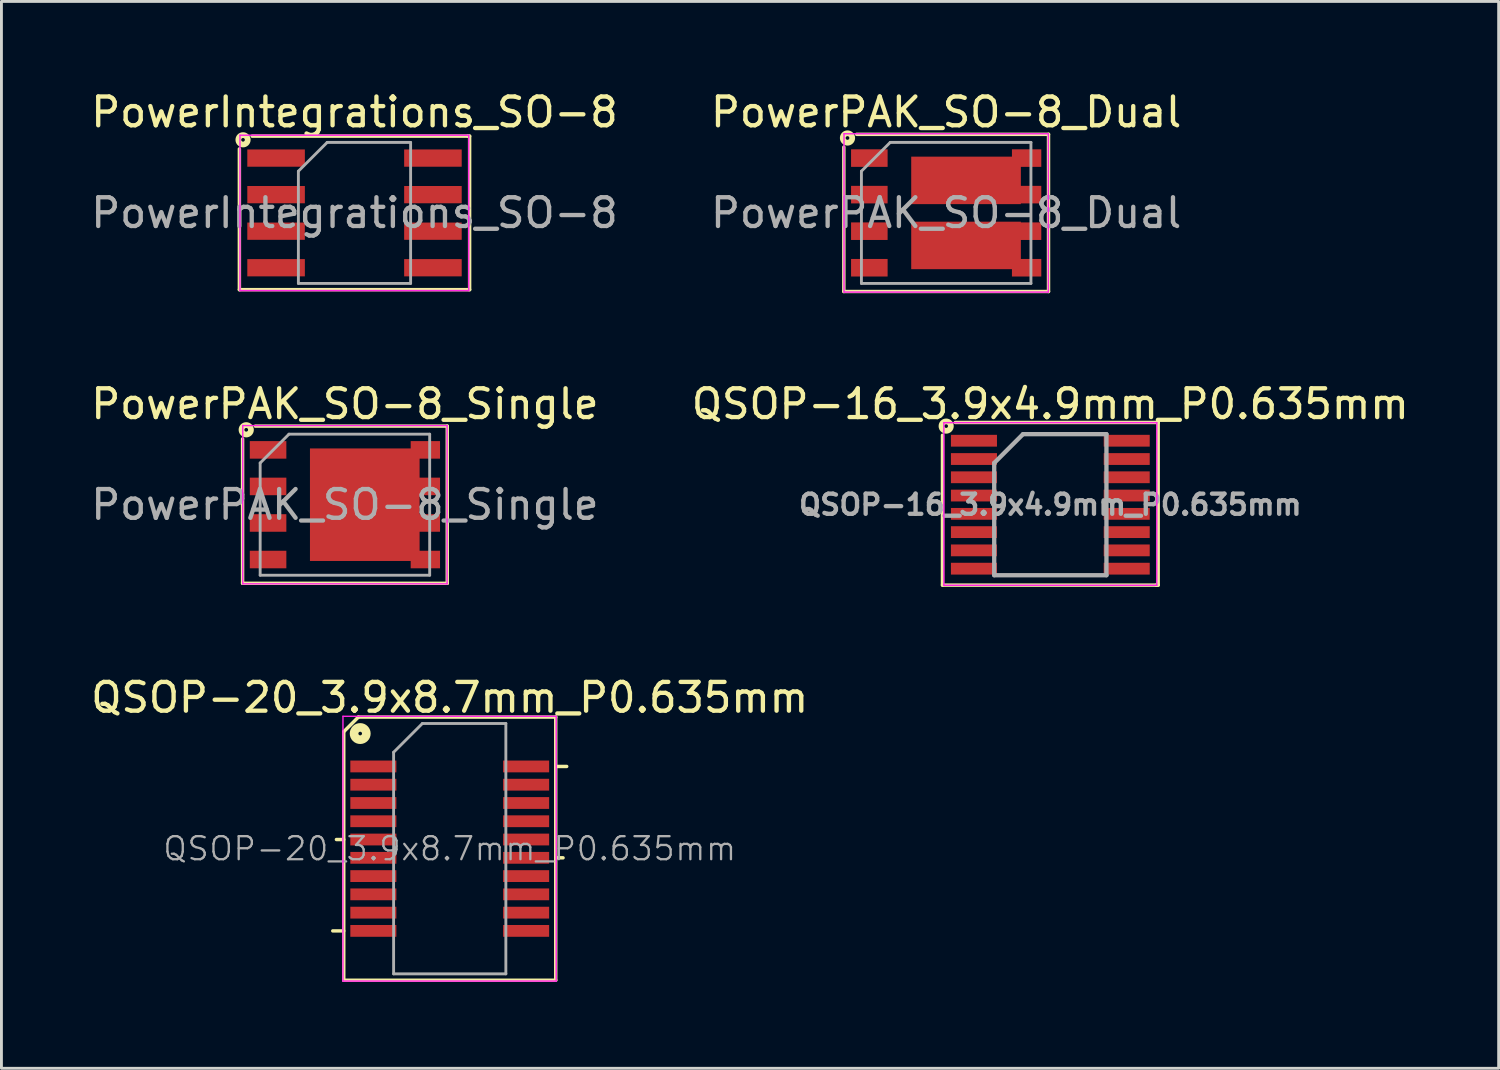
<source format=kicad_pcb>
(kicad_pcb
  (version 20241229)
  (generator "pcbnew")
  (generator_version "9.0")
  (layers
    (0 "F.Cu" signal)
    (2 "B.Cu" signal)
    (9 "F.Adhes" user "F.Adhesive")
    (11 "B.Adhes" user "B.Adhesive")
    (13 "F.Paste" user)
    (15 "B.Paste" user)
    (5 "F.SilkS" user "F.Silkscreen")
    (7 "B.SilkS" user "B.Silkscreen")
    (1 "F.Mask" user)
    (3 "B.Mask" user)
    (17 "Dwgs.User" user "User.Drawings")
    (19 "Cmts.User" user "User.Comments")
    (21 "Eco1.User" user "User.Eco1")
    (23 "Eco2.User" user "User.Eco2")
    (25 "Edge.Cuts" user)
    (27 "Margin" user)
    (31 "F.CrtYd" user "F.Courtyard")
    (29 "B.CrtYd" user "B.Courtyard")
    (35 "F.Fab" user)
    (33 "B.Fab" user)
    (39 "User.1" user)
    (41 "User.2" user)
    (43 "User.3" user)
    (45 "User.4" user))
  (footprint "PowerPAK_SO-8_Single"
    (layer "F.Cu")
    (at 8.935 14.487)
    (property "Reference" "PowerPAK_SO-8_Single" (at 0 -3.5 0) (layer "F.SilkS") (effects (font (size 1 1) (thickness 0.15))))
    (attr smd)
    (fp_line (start -3.556 -2.286) (end -3.556 2.731) (stroke (width 0.12) (type solid)) (layer "F.SilkS"))
    (fp_line (start -3.556 2.731) (end 3.556 2.731) (stroke (width 0.12) (type solid)) (layer "F.SilkS"))
    (fp_line (start 3.556 -2.731) (end -3.111 -2.731) (stroke (width 0.12) (type solid)) (layer "F.SilkS"))
    (fp_line (start 3.556 2.731) (end 3.556 -2.731) (stroke (width 0.12) (type solid)) (layer "F.SilkS"))
    (fp_circle (center -3.429 -2.603) (end -3.365 -2.603) (stroke (width 0.2) (type solid)) (fill no) (layer "F.SilkS"))
    (fp_line (start -3.55 -2.75) (end -3.55 2.75) (stroke (width 0.05) (type solid)) (layer "F.CrtYd"))
    (fp_line (start -3.55 -2.75) (end 3.55 -2.75) (stroke (width 0.05) (type solid)) (layer "F.CrtYd"))
    (fp_line (start -3.55 2.75) (end 3.55 2.75) (stroke (width 0.05) (type solid)) (layer "F.CrtYd"))
    (fp_line (start 3.55 -2.75) (end 3.55 2.75) (stroke (width 0.05) (type solid)) (layer "F.CrtYd"))
    (fp_line (start -2.945 2.45) (end -2.945 -1.45) (stroke (width 0.1) (type solid)) (layer "F.Fab"))
    (fp_line (start -1.945 -2.45) (end -2.945 -1.45) (stroke (width 0.1) (type solid)) (layer "F.Fab"))
    (fp_line (start -1.945 -2.45) (end 2.945 -2.45) (stroke (width 0.1) (type solid)) (layer "F.Fab"))
    (fp_line (start 2.945 -2.45) (end 2.945 2.45) (stroke (width 0.1) (type solid)) (layer "F.Fab"))
    (fp_line (start 2.945 2.45) (end -2.945 2.45) (stroke (width 0.1) (type solid)) (layer "F.Fab"))
    (fp_text user "${REFERENCE}" (at 0 0 0) (layer "F.Fab") (effects (font (size 1 1) (thickness 0.15))))
    (pad "1" smd rect (at -2.67 -1.905) (size 1.27 0.61) (layers "F.Cu" "F.Mask" "F.Paste"))
    (pad "2" smd rect (at -2.67 -0.635) (size 1.27 0.61) (layers "F.Cu" "F.Mask" "F.Paste"))
    (pad "3" smd rect (at -2.67 0.635) (size 1.27 0.61) (layers "F.Cu" "F.Mask" "F.Paste"))
    (pad "4" smd rect (at -2.67 1.905) (size 1.27 0.61) (layers "F.Cu" "F.Mask" "F.Paste"))
    (pad "5" smd rect (at 0.69 0) (size 3.81 3.91) (layers "F.Cu" "F.Mask" "F.Paste"))
    (pad "5" smd rect (at 2.795 -1.905) (size 1.02 0.61) (layers "F.Cu" "F.Mask" "F.Paste"))
    (pad "5" smd rect (at 2.795 -0.635) (size 1.02 0.61) (layers "F.Cu" "F.Mask" "F.Paste"))
    (pad "5" smd rect (at 2.795 0.635) (size 1.02 0.61) (layers "F.Cu" "F.Mask" "F.Paste"))
    (pad "5" smd rect (at 2.795 1.905) (size 1.02 0.61) (layers "F.Cu" "F.Mask" "F.Paste")))
  (footprint "QSOP-20_3.9x8.7mm_P0.635mm"
    (layer "F.Cu")
    (at 12.577 26.439)
    (property "Reference" "QSOP-20_3.9x8.7mm_P0.635mm" (at 0 -5.25 0) (layer "F.SilkS") (effects (font (size 1 1) (thickness 0.15))))
    (attr smd)
    (fp_line (start -3.683 -4.064) (end -3.683 4.572) (stroke (width 0.12) (type solid)) (layer "F.SilkS"))
    (fp_line (start -3.683 -4.064) (end -3.175 -4.572) (stroke (width 0.12) (type solid)) (layer "F.SilkS"))
    (fp_line (start -3.683 -0.318) (end -3.937 -0.318) (stroke (width 0.12) (type solid)) (layer "F.SilkS"))
    (fp_line (start -3.683 2.857) (end -4.064 2.857) (stroke (width 0.12) (type solid)) (layer "F.SilkS"))
    (fp_line (start -3.683 4.572) (end 3.683 4.572) (stroke (width 0.12) (type solid)) (layer "F.SilkS"))
    (fp_line (start 3.683 -4.572) (end -3.175 -4.572) (stroke (width 0.12) (type solid)) (layer "F.SilkS"))
    (fp_line (start 3.683 -2.857) (end 4.064 -2.857) (stroke (width 0.12) (type solid)) (layer "F.SilkS"))
    (fp_line (start 3.683 0.318) (end 3.937 0.318) (stroke (width 0.12) (type solid)) (layer "F.SilkS"))
    (fp_line (start 3.683 4.572) (end 3.683 -4.572) (stroke (width 0.12) (type solid)) (layer "F.SilkS"))
    (fp_circle (center -3.111 -4) (end -3.048 -4) (stroke (width 0.3) (type solid)) (fill no) (layer "F.SilkS"))
    (fp_line (start -3.71 -4.6) (end -3.71 4.6) (stroke (width 0.05) (type solid)) (layer "F.CrtYd"))
    (fp_line (start -3.71 -4.6) (end 3.7 -4.6) (stroke (width 0.05) (type solid)) (layer "F.CrtYd"))
    (fp_line (start -3.71 4.6) (end 3.7 4.6) (stroke (width 0.05) (type solid)) (layer "F.CrtYd"))
    (fp_line (start 3.7 -4.6) (end 3.7 4.6) (stroke (width 0.05) (type solid)) (layer "F.CrtYd"))
    (fp_line (start -1.95 -3.35) (end -0.95 -4.35) (stroke (width 0.1) (type solid)) (layer "F.Fab"))
    (fp_line (start -1.95 4.35) (end -1.95 -3.35) (stroke (width 0.1) (type solid)) (layer "F.Fab"))
    (fp_line (start -0.95 -4.35) (end 1.95 -4.35) (stroke (width 0.1) (type solid)) (layer "F.Fab"))
    (fp_line (start 1.95 -4.35) (end 1.95 4.35) (stroke (width 0.1) (type solid)) (layer "F.Fab"))
    (fp_line (start 1.95 4.35) (end -1.95 4.35) (stroke (width 0.1) (type solid)) (layer "F.Fab"))
    (fp_text user "${REFERENCE}" (at 0 0 0) (layer "F.Fab") (effects (font (size 0.8 0.8) (thickness 0.08))))
    (pad "1" smd rect (at -2.654 -2.857) (size 1.6 0.41) (layers "F.Cu" "F.Mask" "F.Paste"))
    (pad "2" smd rect (at -2.654 -2.223) (size 1.6 0.41) (layers "F.Cu" "F.Mask" "F.Paste"))
    (pad "3" smd rect (at -2.654 -1.587) (size 1.6 0.41) (layers "F.Cu" "F.Mask" "F.Paste"))
    (pad "4" smd rect (at -2.654 -0.953) (size 1.6 0.41) (layers "F.Cu" "F.Mask" "F.Paste"))
    (pad "5" smd rect (at -2.654 -0.318) (size 1.6 0.41) (layers "F.Cu" "F.Mask" "F.Paste"))
    (pad "6" smd rect (at -2.654 0.318) (size 1.6 0.41) (layers "F.Cu" "F.Mask" "F.Paste"))
    (pad "7" smd rect (at -2.654 0.953) (size 1.6 0.41) (layers "F.Cu" "F.Mask" "F.Paste"))
    (pad "8" smd rect (at -2.654 1.587) (size 1.6 0.41) (layers "F.Cu" "F.Mask" "F.Paste"))
    (pad "9" smd rect (at -2.654 2.223) (size 1.6 0.41) (layers "F.Cu" "F.Mask" "F.Paste"))
    (pad "10" smd rect (at -2.654 2.857) (size 1.6 0.41) (layers "F.Cu" "F.Mask" "F.Paste"))
    (pad "11" smd rect (at 2.654 2.857) (size 1.6 0.41) (layers "F.Cu" "F.Mask" "F.Paste"))
    (pad "12" smd rect (at 2.654 2.223) (size 1.6 0.41) (layers "F.Cu" "F.Mask" "F.Paste"))
    (pad "13" smd rect (at 2.654 1.587) (size 1.6 0.41) (layers "F.Cu" "F.Mask" "F.Paste"))
    (pad "14" smd rect (at 2.654 0.953) (size 1.6 0.41) (layers "F.Cu" "F.Mask" "F.Paste"))
    (pad "15" smd rect (at 2.654 0.318) (size 1.6 0.41) (layers "F.Cu" "F.Mask" "F.Paste"))
    (pad "16" smd rect (at 2.654 -0.318) (size 1.6 0.41) (layers "F.Cu" "F.Mask" "F.Paste"))
    (pad "17" smd rect (at 2.654 -0.953) (size 1.6 0.41) (layers "F.Cu" "F.Mask" "F.Paste"))
    (pad "18" smd rect (at 2.654 -1.587) (size 1.6 0.41) (layers "F.Cu" "F.Mask" "F.Paste"))
    (pad "19" smd rect (at 2.654 -2.223) (size 1.6 0.41) (layers "F.Cu" "F.Mask" "F.Paste"))
    (pad "20" smd rect (at 2.654 -2.857) (size 1.6 0.41) (layers "F.Cu" "F.Mask" "F.Paste")))
  (footprint "QSOP-16_3.9x4.9mm_P0.635mm"
    (layer "F.Cu")
    (at 33.446 14.487)
    (property "Reference" "QSOP-16_3.9x4.9mm_P0.635mm" (at 0 -3.5 0) (layer "F.SilkS") (effects (font (size 1 1) (thickness 0.15))))
    (attr smd)
    (fp_line (start -3.747 -2.413) (end -3.747 2.794) (stroke (width 0.12) (type solid)) (layer "F.SilkS"))
    (fp_line (start -3.747 2.794) (end 3.683 2.794) (stroke (width 0.12) (type solid)) (layer "F.SilkS"))
    (fp_line (start 3.683 2.794) (end 3.747 2.794) (stroke (width 0.12) (type solid)) (layer "F.SilkS"))
    (fp_line (start 3.747 -2.857) (end -3.302 -2.857) (stroke (width 0.12) (type solid)) (layer "F.SilkS"))
    (fp_line (start 3.747 2.794) (end 3.747 -2.857) (stroke (width 0.12) (type solid)) (layer "F.SilkS"))
    (fp_circle (center -3.619 -2.731) (end -3.556 -2.731) (stroke (width 0.2) (type solid)) (fill no) (layer "F.SilkS"))
    (fp_line (start -3.7 -2.85) (end -3.7 2.8) (stroke (width 0.05) (type solid)) (layer "F.CrtYd"))
    (fp_line (start -3.7 -2.85) (end 3.7 -2.85) (stroke (width 0.05) (type solid)) (layer "F.CrtYd"))
    (fp_line (start -3.7 2.8) (end 3.7 2.8) (stroke (width 0.05) (type solid)) (layer "F.CrtYd"))
    (fp_line (start 3.7 -2.85) (end 3.7 2.8) (stroke (width 0.05) (type solid)) (layer "F.CrtYd"))
    (fp_line (start -1.95 -1.45) (end -0.95 -2.45) (stroke (width 0.15) (type solid)) (layer "F.Fab"))
    (fp_line (start -1.95 2.45) (end -1.95 -1.45) (stroke (width 0.15) (type solid)) (layer "F.Fab"))
    (fp_line (start -0.95 -2.45) (end 1.95 -2.45) (stroke (width 0.15) (type solid)) (layer "F.Fab"))
    (fp_line (start 1.95 -2.45) (end 1.95 2.45) (stroke (width 0.15) (type solid)) (layer "F.Fab"))
    (fp_line (start 1.95 2.45) (end -1.95 2.45) (stroke (width 0.15) (type solid)) (layer "F.Fab"))
    (fp_text user "${REFERENCE}" (at 0 0 0) (layer "F.Fab") (effects (font (size 0.7 0.7) (thickness 0.15))))
    (pad "1" smd rect (at -2.654 -2.223) (size 1.6 0.41) (layers "F.Cu" "F.Mask" "F.Paste"))
    (pad "2" smd rect (at -2.654 -1.587) (size 1.6 0.41) (layers "F.Cu" "F.Mask" "F.Paste"))
    (pad "3" smd rect (at -2.654 -0.953) (size 1.6 0.41) (layers "F.Cu" "F.Mask" "F.Paste"))
    (pad "4" smd rect (at -2.654 -0.318) (size 1.6 0.41) (layers "F.Cu" "F.Mask" "F.Paste"))
    (pad "5" smd rect (at -2.654 0.318) (size 1.6 0.41) (layers "F.Cu" "F.Mask" "F.Paste"))
    (pad "6" smd rect (at -2.654 0.953) (size 1.6 0.41) (layers "F.Cu" "F.Mask" "F.Paste"))
    (pad "7" smd rect (at -2.654 1.587) (size 1.6 0.41) (layers "F.Cu" "F.Mask" "F.Paste"))
    (pad "8" smd rect (at -2.654 2.223) (size 1.6 0.41) (layers "F.Cu" "F.Mask" "F.Paste"))
    (pad "9" smd rect (at 2.654 2.223) (size 1.6 0.41) (layers "F.Cu" "F.Mask" "F.Paste"))
    (pad "10" smd rect (at 2.654 1.587) (size 1.6 0.41) (layers "F.Cu" "F.Mask" "F.Paste"))
    (pad "11" smd rect (at 2.654 0.953) (size 1.6 0.41) (layers "F.Cu" "F.Mask" "F.Paste"))
    (pad "12" smd rect (at 2.654 0.318) (size 1.6 0.41) (layers "F.Cu" "F.Mask" "F.Paste"))
    (pad "13" smd rect (at 2.654 -0.318) (size 1.6 0.41) (layers "F.Cu" "F.Mask" "F.Paste"))
    (pad "14" smd rect (at 2.654 -0.953) (size 1.6 0.41) (layers "F.Cu" "F.Mask" "F.Paste"))
    (pad "15" smd rect (at 2.654 -1.587) (size 1.6 0.41) (layers "F.Cu" "F.Mask" "F.Paste"))
    (pad "16" smd rect (at 2.654 -2.223) (size 1.6 0.41) (layers "F.Cu" "F.Mask" "F.Paste")))
  (footprint "PowerPAK_SO-8_Dual"
    (layer "F.Cu")
    (at 29.827 4.348)
    (property "Reference" "PowerPAK_SO-8_Dual" (at 0 -3.5 0) (layer "F.SilkS") (effects (font (size 1 1) (thickness 0.15))))
    (attr smd)
    (fp_line (start -3.556 -2.286) (end -3.556 2.731) (stroke (width 0.12) (type solid)) (layer "F.SilkS"))
    (fp_line (start -3.556 2.731) (end 3.556 2.731) (stroke (width 0.12) (type solid)) (layer "F.SilkS"))
    (fp_line (start 3.556 -2.731) (end -3.111 -2.731) (stroke (width 0.12) (type solid)) (layer "F.SilkS"))
    (fp_line (start 3.556 2.731) (end 3.556 -2.731) (stroke (width 0.12) (type solid)) (layer "F.SilkS"))
    (fp_circle (center -3.429 -2.603) (end -3.365 -2.603) (stroke (width 0.2) (type solid)) (fill no) (layer "F.SilkS"))
    (fp_line (start -3.55 -2.75) (end -3.55 2.75) (stroke (width 0.05) (type solid)) (layer "F.CrtYd"))
    (fp_line (start -3.55 -2.75) (end 3.55 -2.75) (stroke (width 0.05) (type solid)) (layer "F.CrtYd"))
    (fp_line (start -3.55 2.75) (end 3.55 2.75) (stroke (width 0.05) (type solid)) (layer "F.CrtYd"))
    (fp_line (start 3.55 -2.75) (end 3.55 2.75) (stroke (width 0.05) (type solid)) (layer "F.CrtYd"))
    (fp_line (start -2.945 2.45) (end -2.945 -1.45) (stroke (width 0.1) (type solid)) (layer "F.Fab"))
    (fp_line (start -1.945 -2.45) (end -2.945 -1.45) (stroke (width 0.1) (type solid)) (layer "F.Fab"))
    (fp_line (start -1.945 -2.45) (end 2.945 -2.45) (stroke (width 0.1) (type solid)) (layer "F.Fab"))
    (fp_line (start 2.945 -2.45) (end 2.945 2.45) (stroke (width 0.1) (type solid)) (layer "F.Fab"))
    (fp_line (start 2.945 2.45) (end -2.945 2.45) (stroke (width 0.1) (type solid)) (layer "F.Fab"))
    (fp_text user "${REFERENCE}" (at 0 0 0) (layer "F.Fab") (effects (font (size 1 1) (thickness 0.15))))
    (pad "1" smd rect (at -2.67 -1.905) (size 1.27 0.61) (layers "F.Cu" "F.Mask" "F.Paste"))
    (pad "2" smd rect (at -2.67 -0.635) (size 1.27 0.61) (layers "F.Cu" "F.Mask" "F.Paste"))
    (pad "3" smd rect (at -2.67 0.635) (size 1.27 0.61) (layers "F.Cu" "F.Mask" "F.Paste"))
    (pad "4" smd rect (at -2.67 1.905) (size 1.27 0.61) (layers "F.Cu" "F.Mask" "F.Paste"))
    (pad "5" smd rect (at 0.69 -1.13) (size 3.81 1.65) (layers "F.Cu" "F.Mask" "F.Paste"))
    (pad "5" smd rect (at 2.795 -1.905) (size 1.02 0.61) (layers "F.Cu" "F.Mask" "F.Paste"))
    (pad "5" smd rect (at 2.795 -0.635) (size 1.02 0.61) (layers "F.Cu" "F.Mask" "F.Paste"))
    (pad "6" smd rect (at 0.69 1.13) (size 3.81 1.65) (layers "F.Cu" "F.Mask" "F.Paste"))
    (pad "6" smd rect (at 2.795 0.635) (size 1.02 0.61) (layers "F.Cu" "F.Mask" "F.Paste"))
    (pad "6" smd rect (at 2.795 1.905) (size 1.02 0.61) (layers "F.Cu" "F.Mask" "F.Paste")))
  (footprint "PowerIntegrations_SO-8"
    (layer "F.Cu")
    (at 9.268 4.348)
    (property "Reference" "PowerIntegrations_SO-8" (at 0 -3.5 0) (layer "F.SilkS") (effects (font (size 1 1) (thickness 0.15))))
    (attr smd)
    (fp_line (start -4 2.667) (end -4 -2.223) (stroke (width 0.12) (type solid)) (layer "F.SilkS"))
    (fp_line (start -3.556 -2.667) (end 3.937 -2.667) (stroke (width 0.12) (type solid)) (layer "F.SilkS"))
    (fp_line (start 3.937 -2.667) (end 4 -2.667) (stroke (width 0.12) (type solid)) (layer "F.SilkS"))
    (fp_line (start 4 -2.667) (end 4 2.667) (stroke (width 0.12) (type solid)) (layer "F.SilkS"))
    (fp_line (start 4 2.667) (end -4 2.667) (stroke (width 0.12) (type solid)) (layer "F.SilkS"))
    (fp_circle (center -3.873 -2.54) (end -3.81 -2.54) (stroke (width 0.2) (type solid)) (fill no) (layer "F.SilkS"))
    (fp_line (start -3.98 -2.7) (end -3.98 2.7) (stroke (width 0.05) (type solid)) (layer "F.CrtYd"))
    (fp_line (start -3.98 -2.7) (end 3.97 -2.7) (stroke (width 0.05) (type solid)) (layer "F.CrtYd"))
    (fp_line (start 3.97 2.7) (end -3.98 2.7) (stroke (width 0.05) (type solid)) (layer "F.CrtYd"))
    (fp_line (start 3.97 2.7) (end 3.97 -2.7) (stroke (width 0.05) (type solid)) (layer "F.CrtYd"))
    (fp_line (start -1.95 -1.45) (end -0.95 -2.45) (stroke (width 0.1) (type solid)) (layer "F.Fab"))
    (fp_line (start -1.95 2.45) (end -1.95 -1.45) (stroke (width 0.1) (type solid)) (layer "F.Fab"))
    (fp_line (start -0.95 -2.45) (end 1.95 -2.45) (stroke (width 0.1) (type solid)) (layer "F.Fab"))
    (fp_line (start 1.95 -2.45) (end 1.95 2.45) (stroke (width 0.1) (type solid)) (layer "F.Fab"))
    (fp_line (start 1.95 2.45) (end -1.95 2.45) (stroke (width 0.1) (type solid)) (layer "F.Fab"))
    (fp_text user "${REFERENCE}" (at 0 0 0) (layer "F.Fab") (effects (font (size 1 1) (thickness 0.15))))
    (pad "1" smd rect (at -2.725 -1.905) (size 2 0.6) (layers "F.Cu" "F.Mask" "F.Paste"))
    (pad "2" smd rect (at -2.725 -0.635) (size 2 0.6) (layers "F.Cu" "F.Mask" "F.Paste"))
    (pad "3" smd rect (at -2.725 0.635) (size 2 0.6) (layers "F.Cu" "F.Mask" "F.Paste"))
    (pad "4" smd rect (at -2.725 1.905) (size 2 0.6) (layers "F.Cu" "F.Mask" "F.Paste"))
    (pad "5" smd rect (at 2.725 1.905) (size 2 0.6) (layers "F.Cu" "F.Mask" "F.Paste"))
    (pad "6" smd rect (at 2.725 0.635) (size 2 0.6) (layers "F.Cu" "F.Mask" "F.Paste"))
    (pad "7" smd rect (at 2.725 -0.635) (size 2 0.6) (layers "F.Cu" "F.Mask" "F.Paste"))
    (pad "8" smd rect (at 2.725 -1.905) (size 2 0.6) (layers "F.Cu" "F.Mask" "F.Paste")))
  (gr_rect
    (start -3 -3)
    (end 49.024 34.071)
    (stroke (width 0.1) (type default))
    (fill no)
    (layer "Edge.Cuts")))
</source>
